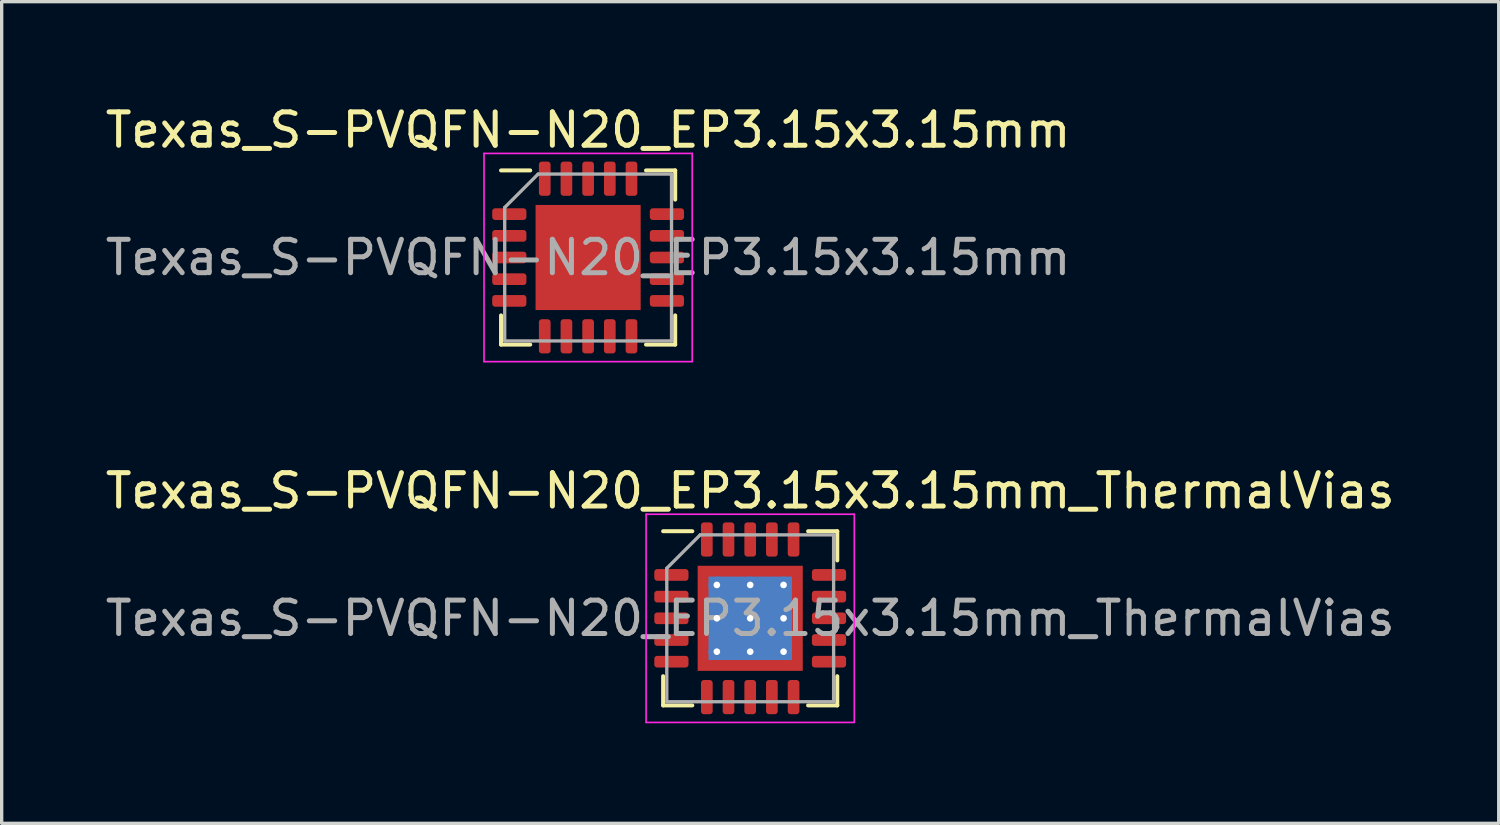
<source format=kicad_pcb>
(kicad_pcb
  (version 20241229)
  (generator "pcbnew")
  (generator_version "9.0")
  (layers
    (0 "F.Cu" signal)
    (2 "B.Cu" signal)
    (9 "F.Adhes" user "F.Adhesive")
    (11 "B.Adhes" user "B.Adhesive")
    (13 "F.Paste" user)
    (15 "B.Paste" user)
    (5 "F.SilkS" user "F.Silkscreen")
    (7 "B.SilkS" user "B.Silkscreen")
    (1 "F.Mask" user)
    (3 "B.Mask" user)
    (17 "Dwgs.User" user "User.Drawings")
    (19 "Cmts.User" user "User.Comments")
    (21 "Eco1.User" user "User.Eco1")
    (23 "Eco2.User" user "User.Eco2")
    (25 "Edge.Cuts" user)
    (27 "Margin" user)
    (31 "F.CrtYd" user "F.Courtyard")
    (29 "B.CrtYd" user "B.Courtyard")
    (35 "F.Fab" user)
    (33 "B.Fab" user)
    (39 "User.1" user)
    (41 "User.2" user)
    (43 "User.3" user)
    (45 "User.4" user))
  (footprint "Texas_S-PVQFN-N20_EP3.15x3.15mm_ThermalVias"
    (layer "F.Cu")
    (at 19.435 15.482)
    (property "Reference" "Texas_S-PVQFN-N20_EP3.15x3.15mm_ThermalVias" (at 0 -3.82 0) (layer "F.SilkS") (effects (font (size 1 1) (thickness 0.15))))
    (attr smd)
    (fp_line (start -2.61 2.61) (end -2.61 1.735) (stroke (width 0.12) (type solid)) (layer "F.SilkS"))
    (fp_line (start -1.735 -2.61) (end -2.61 -2.61) (stroke (width 0.12) (type solid)) (layer "F.SilkS"))
    (fp_line (start -1.735 2.61) (end -2.61 2.61) (stroke (width 0.12) (type solid)) (layer "F.SilkS"))
    (fp_line (start 1.735 -2.61) (end 2.61 -2.61) (stroke (width 0.12) (type solid)) (layer "F.SilkS"))
    (fp_line (start 1.735 2.61) (end 2.61 2.61) (stroke (width 0.12) (type solid)) (layer "F.SilkS"))
    (fp_line (start 2.61 -2.61) (end 2.61 -1.735) (stroke (width 0.12) (type solid)) (layer "F.SilkS"))
    (fp_line (start 2.61 2.61) (end 2.61 1.735) (stroke (width 0.12) (type solid)) (layer "F.SilkS"))
    (fp_line (start -3.12 -3.12) (end -3.12 3.12) (stroke (width 0.05) (type solid)) (layer "F.CrtYd"))
    (fp_line (start -3.12 3.12) (end 3.12 3.12) (stroke (width 0.05) (type solid)) (layer "F.CrtYd"))
    (fp_line (start 3.12 -3.12) (end -3.12 -3.12) (stroke (width 0.05) (type solid)) (layer "F.CrtYd"))
    (fp_line (start 3.12 3.12) (end 3.12 -3.12) (stroke (width 0.05) (type solid)) (layer "F.CrtYd"))
    (fp_line (start -2.5 -1.5) (end -1.5 -2.5) (stroke (width 0.1) (type solid)) (layer "F.Fab"))
    (fp_line (start -2.5 2.5) (end -2.5 -1.5) (stroke (width 0.1) (type solid)) (layer "F.Fab"))
    (fp_line (start -1.5 -2.5) (end 2.5 -2.5) (stroke (width 0.1) (type solid)) (layer "F.Fab"))
    (fp_line (start 2.5 -2.5) (end 2.5 2.5) (stroke (width 0.1) (type solid)) (layer "F.Fab"))
    (fp_line (start 2.5 2.5) (end -2.5 2.5) (stroke (width 0.1) (type solid)) (layer "F.Fab"))
    (fp_text user "${REFERENCE}" (at 0 0 0) (layer "F.Fab") (effects (font (size 1 1) (thickness 0.15))))
    (pad "" smd custom (at -1.288 -1.288) (size 0.342 0.342) (layers "F.Paste") (options (anchor circle)) (primitives (gr_poly (pts (xy 0.116 0.012) (xy 0.012 0.116) (xy -0.116 0.116) (xy -0.116 -0.116) (xy 0.116 -0.116)) (width 0.232) (fill yes))))
    (pad "" smd custom (at -1.288 -0.5) (size 0.371 0.371) (layers "F.Paste") (options (anchor circle)) (primitives (gr_poly (pts (xy 0.14 -0.235) (xy 0.14 0.235) (xy 0.063 0.311) (xy -0.14 0.311) (xy -0.14 -0.311) (xy 0.063 -0.311)) (width 0.184) (fill yes))))
    (pad "" smd custom (at -1.288 0.5) (size 0.371 0.371) (layers "F.Paste") (options (anchor circle)) (primitives (gr_poly (pts (xy 0.14 -0.235) (xy 0.14 0.235) (xy 0.063 0.311) (xy -0.14 0.311) (xy -0.14 -0.311) (xy 0.063 -0.311)) (width 0.184) (fill yes))))
    (pad "" smd custom (at -1.288 1.288) (size 0.342 0.342) (layers "F.Paste") (options (anchor circle)) (primitives (gr_poly (pts (xy 0.116 -0.012) (xy 0.116 0.116) (xy -0.116 0.116) (xy -0.116 -0.116) (xy 0.012 -0.116)) (width 0.232) (fill yes))))
    (pad "" smd custom (at -0.5 -1.288) (size 0.371 0.371) (layers "F.Paste") (options (anchor circle)) (primitives (gr_poly (pts (xy 0.311 0.063) (xy 0.235 0.14) (xy -0.235 0.14) (xy -0.311 0.063) (xy -0.311 -0.14) (xy 0.311 -0.14)) (width 0.184) (fill yes))))
    (pad "" smd roundrect (at -0.5 -0.5) (size 0.806 0.806) (layers "F.Paste") (roundrect_rratio 0.25))
    (pad "" smd roundrect (at -0.5 0.5) (size 0.806 0.806) (layers "F.Paste") (roundrect_rratio 0.25))
    (pad "" smd custom (at -0.5 1.288) (size 0.371 0.371) (layers "F.Paste") (options (anchor circle)) (primitives (gr_poly (pts (xy 0.311 -0.063) (xy 0.311 0.14) (xy -0.311 0.14) (xy -0.311 -0.063) (xy -0.235 -0.14) (xy 0.235 -0.14)) (width 0.184) (fill yes))))
    (pad "" smd custom (at 0.5 -1.288) (size 0.371 0.371) (layers "F.Paste") (options (anchor circle)) (primitives (gr_poly (pts (xy 0.311 0.063) (xy 0.235 0.14) (xy -0.235 0.14) (xy -0.311 0.063) (xy -0.311 -0.14) (xy 0.311 -0.14)) (width 0.184) (fill yes))))
    (pad "" smd roundrect (at 0.5 -0.5) (size 0.806 0.806) (layers "F.Paste") (roundrect_rratio 0.25))
    (pad "" smd roundrect (at 0.5 0.5) (size 0.806 0.806) (layers "F.Paste") (roundrect_rratio 0.25))
    (pad "" smd custom (at 0.5 1.288) (size 0.371 0.371) (layers "F.Paste") (options (anchor circle)) (primitives (gr_poly (pts (xy 0.311 -0.063) (xy 0.311 0.14) (xy -0.311 0.14) (xy -0.311 -0.063) (xy -0.235 -0.14) (xy 0.235 -0.14)) (width 0.184) (fill yes))))
    (pad "" smd custom (at 1.288 -1.288) (size 0.342 0.342) (layers "F.Paste") (options (anchor circle)) (primitives (gr_poly (pts (xy 0.116 0.116) (xy -0.012 0.116) (xy -0.116 0.012) (xy -0.116 -0.116) (xy 0.116 -0.116)) (width 0.232) (fill yes))))
    (pad "" smd custom (at 1.288 -0.5) (size 0.371 0.371) (layers "F.Paste") (options (anchor circle)) (primitives (gr_poly (pts (xy 0.14 0.311) (xy -0.063 0.311) (xy -0.14 0.235) (xy -0.14 -0.235) (xy -0.063 -0.311) (xy 0.14 -0.311)) (width 0.184) (fill yes))))
    (pad "" smd custom (at 1.288 0.5) (size 0.371 0.371) (layers "F.Paste") (options (anchor circle)) (primitives (gr_poly (pts (xy 0.14 0.311) (xy -0.063 0.311) (xy -0.14 0.235) (xy -0.14 -0.235) (xy -0.063 -0.311) (xy 0.14 -0.311)) (width 0.184) (fill yes))))
    (pad "" smd custom (at 1.288 1.288) (size 0.342 0.342) (layers "F.Paste") (options (anchor circle)) (primitives (gr_poly (pts (xy 0.116 0.116) (xy -0.116 0.116) (xy -0.116 -0.012) (xy -0.012 -0.116) (xy 0.116 -0.116)) (width 0.232) (fill yes))))
    (pad "1" smd roundrect (at -2.362 -1.3) (size 1.025 0.35) (layers "F.Cu" "F.Mask" "F.Paste") (roundrect_rratio 0.25))
    (pad "2" smd roundrect (at -2.362 -0.65) (size 1.025 0.35) (layers "F.Cu" "F.Mask" "F.Paste") (roundrect_rratio 0.25))
    (pad "3" smd roundrect (at -2.362 0) (size 1.025 0.35) (layers "F.Cu" "F.Mask" "F.Paste") (roundrect_rratio 0.25))
    (pad "4" smd roundrect (at -2.362 0.65) (size 1.025 0.35) (layers "F.Cu" "F.Mask" "F.Paste") (roundrect_rratio 0.25))
    (pad "5" smd roundrect (at -2.362 1.3) (size 1.025 0.35) (layers "F.Cu" "F.Mask" "F.Paste") (roundrect_rratio 0.25))
    (pad "6" smd roundrect (at -1.3 2.362) (size 0.35 1.025) (layers "F.Cu" "F.Mask" "F.Paste") (roundrect_rratio 0.25))
    (pad "7" smd roundrect (at -0.65 2.362) (size 0.35 1.025) (layers "F.Cu" "F.Mask" "F.Paste") (roundrect_rratio 0.25))
    (pad "8" smd roundrect (at 0 2.362) (size 0.35 1.025) (layers "F.Cu" "F.Mask" "F.Paste") (roundrect_rratio 0.25))
    (pad "9" smd roundrect (at 0.65 2.362) (size 0.35 1.025) (layers "F.Cu" "F.Mask" "F.Paste") (roundrect_rratio 0.25))
    (pad "10" smd roundrect (at 1.3 2.362) (size 0.35 1.025) (layers "F.Cu" "F.Mask" "F.Paste") (roundrect_rratio 0.25))
    (pad "11" smd roundrect (at 2.362 1.3) (size 1.025 0.35) (layers "F.Cu" "F.Mask" "F.Paste") (roundrect_rratio 0.25))
    (pad "12" smd roundrect (at 2.362 0.65) (size 1.025 0.35) (layers "F.Cu" "F.Mask" "F.Paste") (roundrect_rratio 0.25))
    (pad "13" smd roundrect (at 2.362 0) (size 1.025 0.35) (layers "F.Cu" "F.Mask" "F.Paste") (roundrect_rratio 0.25))
    (pad "14" smd roundrect (at 2.362 -0.65) (size 1.025 0.35) (layers "F.Cu" "F.Mask" "F.Paste") (roundrect_rratio 0.25))
    (pad "15" smd roundrect (at 2.362 -1.3) (size 1.025 0.35) (layers "F.Cu" "F.Mask" "F.Paste") (roundrect_rratio 0.25))
    (pad "16" smd roundrect (at 1.3 -2.362) (size 0.35 1.025) (layers "F.Cu" "F.Mask" "F.Paste") (roundrect_rratio 0.25))
    (pad "17" smd roundrect (at 0.65 -2.362) (size 0.35 1.025) (layers "F.Cu" "F.Mask" "F.Paste") (roundrect_rratio 0.25))
    (pad "18" smd roundrect (at 0 -2.362) (size 0.35 1.025) (layers "F.Cu" "F.Mask" "F.Paste") (roundrect_rratio 0.25))
    (pad "19" smd roundrect (at -0.65 -2.362) (size 0.35 1.025) (layers "F.Cu" "F.Mask" "F.Paste") (roundrect_rratio 0.25))
    (pad "20" smd roundrect (at -1.3 -2.362) (size 0.35 1.025) (layers "F.Cu" "F.Mask" "F.Paste") (roundrect_rratio 0.25))
    (pad "21" thru_hole circle (at -1 -1) (size 0.5 0.5) (drill 0.2) (layers "*.Cu"))
    (pad "21" thru_hole circle (at -1 0) (size 0.5 0.5) (drill 0.2) (layers "*.Cu"))
    (pad "21" thru_hole circle (at -1 1) (size 0.5 0.5) (drill 0.2) (layers "*.Cu"))
    (pad "21" thru_hole circle (at 0 -1) (size 0.5 0.5) (drill 0.2) (layers "*.Cu"))
    (pad "21" thru_hole circle (at 0 0) (size 0.5 0.5) (drill 0.2) (layers "*.Cu"))
    (pad "21" smd rect (at 0 0) (size 2.5 2.5) (layers "B.Cu"))
    (pad "21" smd rect (at 0 0) (size 3.15 3.15) (layers "F.Cu" "F.Mask"))
    (pad "21" thru_hole circle (at 0 1) (size 0.5 0.5) (drill 0.2) (layers "*.Cu"))
    (pad "21" thru_hole circle (at 1 -1) (size 0.5 0.5) (drill 0.2) (layers "*.Cu"))
    (pad "21" thru_hole circle (at 1 0) (size 0.5 0.5) (drill 0.2) (layers "*.Cu"))
    (pad "21" thru_hole circle (at 1 1) (size 0.5 0.5) (drill 0.2) (layers "*.Cu")))
  (footprint "Texas_S-PVQFN-N20_EP3.15x3.15mm"
    (layer "F.Cu")
    (at 14.577 4.668)
    (property "Reference" "Texas_S-PVQFN-N20_EP3.15x3.15mm" (at 0 -3.82 0) (layer "F.SilkS") (effects (font (size 1 1) (thickness 0.15))))
    (attr smd)
    (fp_line (start -2.61 2.61) (end -2.61 1.735) (stroke (width 0.12) (type solid)) (layer "F.SilkS"))
    (fp_line (start -1.735 -2.61) (end -2.61 -2.61) (stroke (width 0.12) (type solid)) (layer "F.SilkS"))
    (fp_line (start -1.735 2.61) (end -2.61 2.61) (stroke (width 0.12) (type solid)) (layer "F.SilkS"))
    (fp_line (start 1.735 -2.61) (end 2.61 -2.61) (stroke (width 0.12) (type solid)) (layer "F.SilkS"))
    (fp_line (start 1.735 2.61) (end 2.61 2.61) (stroke (width 0.12) (type solid)) (layer "F.SilkS"))
    (fp_line (start 2.61 -2.61) (end 2.61 -1.735) (stroke (width 0.12) (type solid)) (layer "F.SilkS"))
    (fp_line (start 2.61 2.61) (end 2.61 1.735) (stroke (width 0.12) (type solid)) (layer "F.SilkS"))
    (fp_line (start -3.12 -3.12) (end -3.12 3.12) (stroke (width 0.05) (type solid)) (layer "F.CrtYd"))
    (fp_line (start -3.12 3.12) (end 3.12 3.12) (stroke (width 0.05) (type solid)) (layer "F.CrtYd"))
    (fp_line (start 3.12 -3.12) (end -3.12 -3.12) (stroke (width 0.05) (type solid)) (layer "F.CrtYd"))
    (fp_line (start 3.12 3.12) (end 3.12 -3.12) (stroke (width 0.05) (type solid)) (layer "F.CrtYd"))
    (fp_line (start -2.5 -1.5) (end -1.5 -2.5) (stroke (width 0.1) (type solid)) (layer "F.Fab"))
    (fp_line (start -2.5 2.5) (end -2.5 -1.5) (stroke (width 0.1) (type solid)) (layer "F.Fab"))
    (fp_line (start -1.5 -2.5) (end 2.5 -2.5) (stroke (width 0.1) (type solid)) (layer "F.Fab"))
    (fp_line (start 2.5 -2.5) (end 2.5 2.5) (stroke (width 0.1) (type solid)) (layer "F.Fab"))
    (fp_line (start 2.5 2.5) (end -2.5 2.5) (stroke (width 0.1) (type solid)) (layer "F.Fab"))
    (fp_text user "${REFERENCE}" (at 0 0 0) (layer "F.Fab") (effects (font (size 1 1) (thickness 0.15))))
    (pad "" smd roundrect (at -0.79 -0.79) (size 1.27 1.27) (layers "F.Paste") (roundrect_rratio 0.197))
    (pad "" smd roundrect (at -0.79 0.79) (size 1.27 1.27) (layers "F.Paste") (roundrect_rratio 0.197))
    (pad "" smd roundrect (at 0.79 -0.79) (size 1.27 1.27) (layers "F.Paste") (roundrect_rratio 0.197))
    (pad "" smd roundrect (at 0.79 0.79) (size 1.27 1.27) (layers "F.Paste") (roundrect_rratio 0.197))
    (pad "1" smd roundrect (at -2.362 -1.3) (size 1.025 0.35) (layers "F.Cu" "F.Mask" "F.Paste") (roundrect_rratio 0.25))
    (pad "2" smd roundrect (at -2.362 -0.65) (size 1.025 0.35) (layers "F.Cu" "F.Mask" "F.Paste") (roundrect_rratio 0.25))
    (pad "3" smd roundrect (at -2.362 0) (size 1.025 0.35) (layers "F.Cu" "F.Mask" "F.Paste") (roundrect_rratio 0.25))
    (pad "4" smd roundrect (at -2.362 0.65) (size 1.025 0.35) (layers "F.Cu" "F.Mask" "F.Paste") (roundrect_rratio 0.25))
    (pad "5" smd roundrect (at -2.362 1.3) (size 1.025 0.35) (layers "F.Cu" "F.Mask" "F.Paste") (roundrect_rratio 0.25))
    (pad "6" smd roundrect (at -1.3 2.362) (size 0.35 1.025) (layers "F.Cu" "F.Mask" "F.Paste") (roundrect_rratio 0.25))
    (pad "7" smd roundrect (at -0.65 2.362) (size 0.35 1.025) (layers "F.Cu" "F.Mask" "F.Paste") (roundrect_rratio 0.25))
    (pad "8" smd roundrect (at 0 2.362) (size 0.35 1.025) (layers "F.Cu" "F.Mask" "F.Paste") (roundrect_rratio 0.25))
    (pad "9" smd roundrect (at 0.65 2.362) (size 0.35 1.025) (layers "F.Cu" "F.Mask" "F.Paste") (roundrect_rratio 0.25))
    (pad "10" smd roundrect (at 1.3 2.362) (size 0.35 1.025) (layers "F.Cu" "F.Mask" "F.Paste") (roundrect_rratio 0.25))
    (pad "11" smd roundrect (at 2.362 1.3) (size 1.025 0.35) (layers "F.Cu" "F.Mask" "F.Paste") (roundrect_rratio 0.25))
    (pad "12" smd roundrect (at 2.362 0.65) (size 1.025 0.35) (layers "F.Cu" "F.Mask" "F.Paste") (roundrect_rratio 0.25))
    (pad "13" smd roundrect (at 2.362 0) (size 1.025 0.35) (layers "F.Cu" "F.Mask" "F.Paste") (roundrect_rratio 0.25))
    (pad "14" smd roundrect (at 2.362 -0.65) (size 1.025 0.35) (layers "F.Cu" "F.Mask" "F.Paste") (roundrect_rratio 0.25))
    (pad "15" smd roundrect (at 2.362 -1.3) (size 1.025 0.35) (layers "F.Cu" "F.Mask" "F.Paste") (roundrect_rratio 0.25))
    (pad "16" smd roundrect (at 1.3 -2.362) (size 0.35 1.025) (layers "F.Cu" "F.Mask" "F.Paste") (roundrect_rratio 0.25))
    (pad "17" smd roundrect (at 0.65 -2.362) (size 0.35 1.025) (layers "F.Cu" "F.Mask" "F.Paste") (roundrect_rratio 0.25))
    (pad "18" smd roundrect (at 0 -2.362) (size 0.35 1.025) (layers "F.Cu" "F.Mask" "F.Paste") (roundrect_rratio 0.25))
    (pad "19" smd roundrect (at -0.65 -2.362) (size 0.35 1.025) (layers "F.Cu" "F.Mask" "F.Paste") (roundrect_rratio 0.25))
    (pad "20" smd roundrect (at -1.3 -2.362) (size 0.35 1.025) (layers "F.Cu" "F.Mask" "F.Paste") (roundrect_rratio 0.25))
    (pad "21" smd rect (at 0 0) (size 3.15 3.15) (layers "F.Cu" "F.Mask")))
  (gr_rect
    (start -3 -3)
    (end 41.869 21.627)
    (stroke (width 0.1) (type default))
    (fill no)
    (layer "Edge.Cuts")))
</source>
